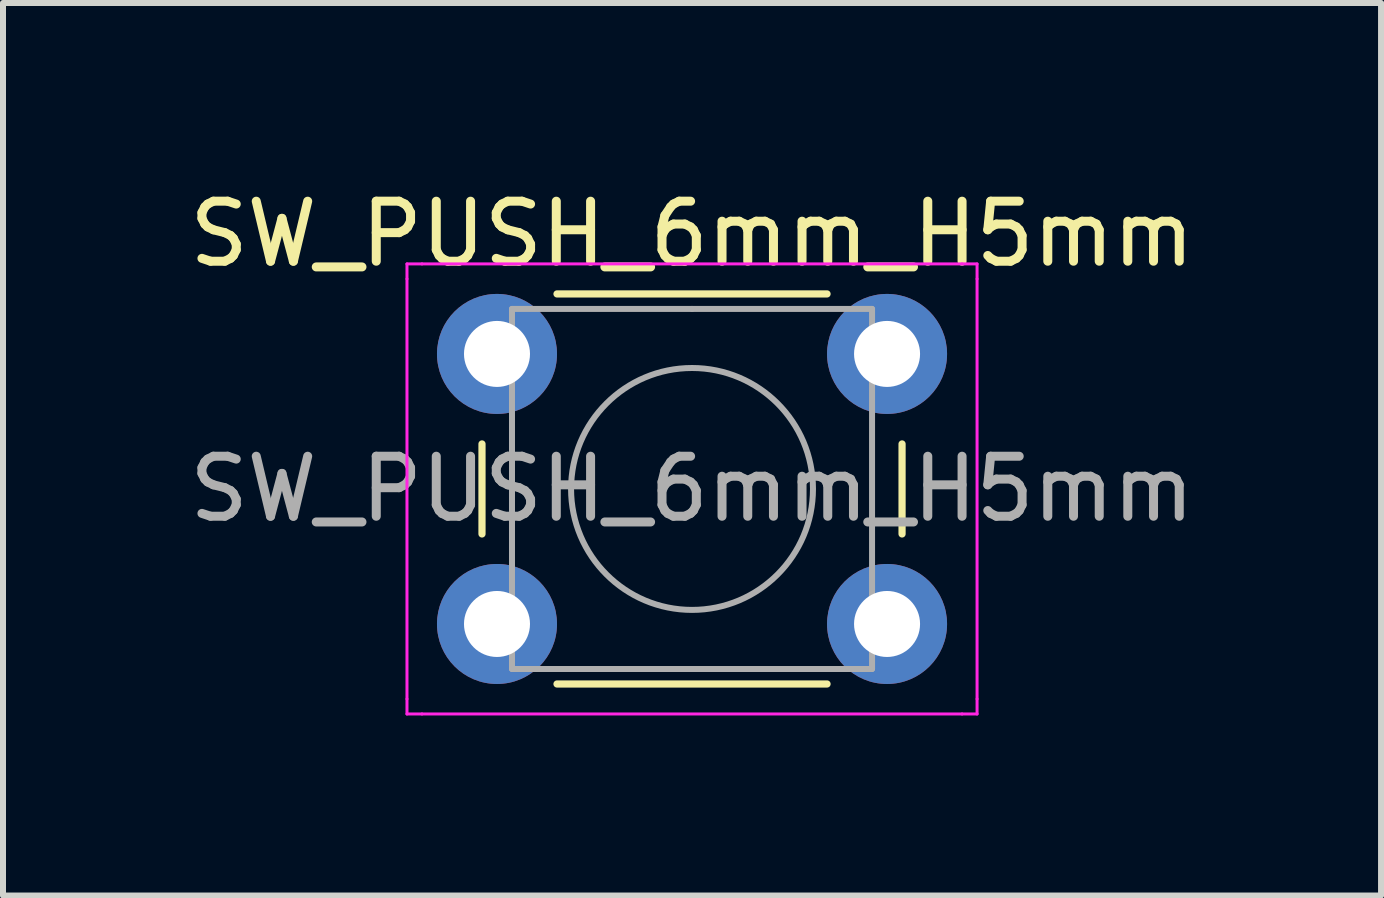
<source format=kicad_pcb>
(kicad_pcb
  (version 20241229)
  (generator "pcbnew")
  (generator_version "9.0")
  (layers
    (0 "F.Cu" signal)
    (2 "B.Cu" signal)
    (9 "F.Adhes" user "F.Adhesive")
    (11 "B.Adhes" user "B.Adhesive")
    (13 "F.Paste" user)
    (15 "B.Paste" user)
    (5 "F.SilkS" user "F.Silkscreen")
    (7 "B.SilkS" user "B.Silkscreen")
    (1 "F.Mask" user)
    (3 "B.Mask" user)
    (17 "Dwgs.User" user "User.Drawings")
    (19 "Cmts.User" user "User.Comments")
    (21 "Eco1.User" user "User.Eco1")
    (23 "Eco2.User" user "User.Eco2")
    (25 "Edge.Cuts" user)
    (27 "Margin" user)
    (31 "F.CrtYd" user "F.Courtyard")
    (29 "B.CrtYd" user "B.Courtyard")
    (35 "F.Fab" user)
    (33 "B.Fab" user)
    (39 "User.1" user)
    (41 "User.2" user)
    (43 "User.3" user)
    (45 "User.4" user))
  (footprint "SW_PUSH_6mm_H5mm"
    (layer "F.Cu")
    (at 5.232 2.848)
    (property "Reference" "SW_PUSH_6mm_H5mm" (at 3.25 -2 0) (layer "F.SilkS") (effects (font (size 1 1) (thickness 0.15))))
    (attr through_hole)
    (fp_line (start -0.25 1.5) (end -0.25 3) (stroke (width 0.12) (type solid)) (layer "F.SilkS"))
    (fp_line (start 1 5.5) (end 5.5 5.5) (stroke (width 0.12) (type solid)) (layer "F.SilkS"))
    (fp_line (start 5.5 -1) (end 1 -1) (stroke (width 0.12) (type solid)) (layer "F.SilkS"))
    (fp_line (start 6.75 3) (end 6.75 1.5) (stroke (width 0.12) (type solid)) (layer "F.SilkS"))
    (fp_line (start -1.5 -1.5) (end -1.25 -1.5) (stroke (width 0.05) (type solid)) (layer "F.CrtYd"))
    (fp_line (start -1.5 -1.25) (end -1.5 -1.5) (stroke (width 0.05) (type solid)) (layer "F.CrtYd"))
    (fp_line (start -1.5 5.75) (end -1.5 -1.25) (stroke (width 0.05) (type solid)) (layer "F.CrtYd"))
    (fp_line (start -1.5 5.75) (end -1.5 6) (stroke (width 0.05) (type solid)) (layer "F.CrtYd"))
    (fp_line (start -1.5 6) (end -1.25 6) (stroke (width 0.05) (type solid)) (layer "F.CrtYd"))
    (fp_line (start -1.25 -1.5) (end 7.75 -1.5) (stroke (width 0.05) (type solid)) (layer "F.CrtYd"))
    (fp_line (start 7.75 -1.5) (end 8 -1.5) (stroke (width 0.05) (type solid)) (layer "F.CrtYd"))
    (fp_line (start 7.75 6) (end -1.25 6) (stroke (width 0.05) (type solid)) (layer "F.CrtYd"))
    (fp_line (start 7.75 6) (end 8 6) (stroke (width 0.05) (type solid)) (layer "F.CrtYd"))
    (fp_line (start 8 -1.5) (end 8 -1.25) (stroke (width 0.05) (type solid)) (layer "F.CrtYd"))
    (fp_line (start 8 -1.25) (end 8 5.75) (stroke (width 0.05) (type solid)) (layer "F.CrtYd"))
    (fp_line (start 8 6) (end 8 5.75) (stroke (width 0.05) (type solid)) (layer "F.CrtYd"))
    (fp_line (start 0.25 -0.75) (end 3.25 -0.75) (stroke (width 0.1) (type solid)) (layer "F.Fab"))
    (fp_line (start 0.25 5.25) (end 0.25 -0.75) (stroke (width 0.1) (type solid)) (layer "F.Fab"))
    (fp_line (start 3.25 -0.75) (end 6.25 -0.75) (stroke (width 0.1) (type solid)) (layer "F.Fab"))
    (fp_line (start 6.25 -0.75) (end 6.25 5.25) (stroke (width 0.1) (type solid)) (layer "F.Fab"))
    (fp_line (start 6.25 5.25) (end 0.25 5.25) (stroke (width 0.1) (type solid)) (layer "F.Fab"))
    (fp_circle (center 3.25 2.25) (end 1.25 2.5) (stroke (width 0.1) (type solid)) (fill no) (layer "F.Fab"))
    (fp_text user "${REFERENCE}" (at 3.25 2.25 0) (layer "F.Fab") (effects (font (size 1 1) (thickness 0.15))))
    (pad "1" thru_hole circle (at 0 0 90) (size 2 2) (drill 1.1) (layers "*.Cu" "*.Mask"))
    (pad "2" thru_hole circle (at 0 4.5 90) (size 2 2) (drill 1.1) (layers "*.Cu" "*.Mask"))
    (pad "3" thru_hole circle (at 6.5 0 90) (size 2 2) (drill 1.1) (layers "*.Cu" "*.Mask"))
    (pad "4" thru_hole circle (at 6.5 4.5 90) (size 2 2) (drill 1.1) (layers "*.Cu" "*.Mask")))
  (gr_rect
    (start -3 -3)
    (end 19.964 11.873)
    (stroke (width 0.1) (type default))
    (fill no)
    (layer "Edge.Cuts")))
</source>
